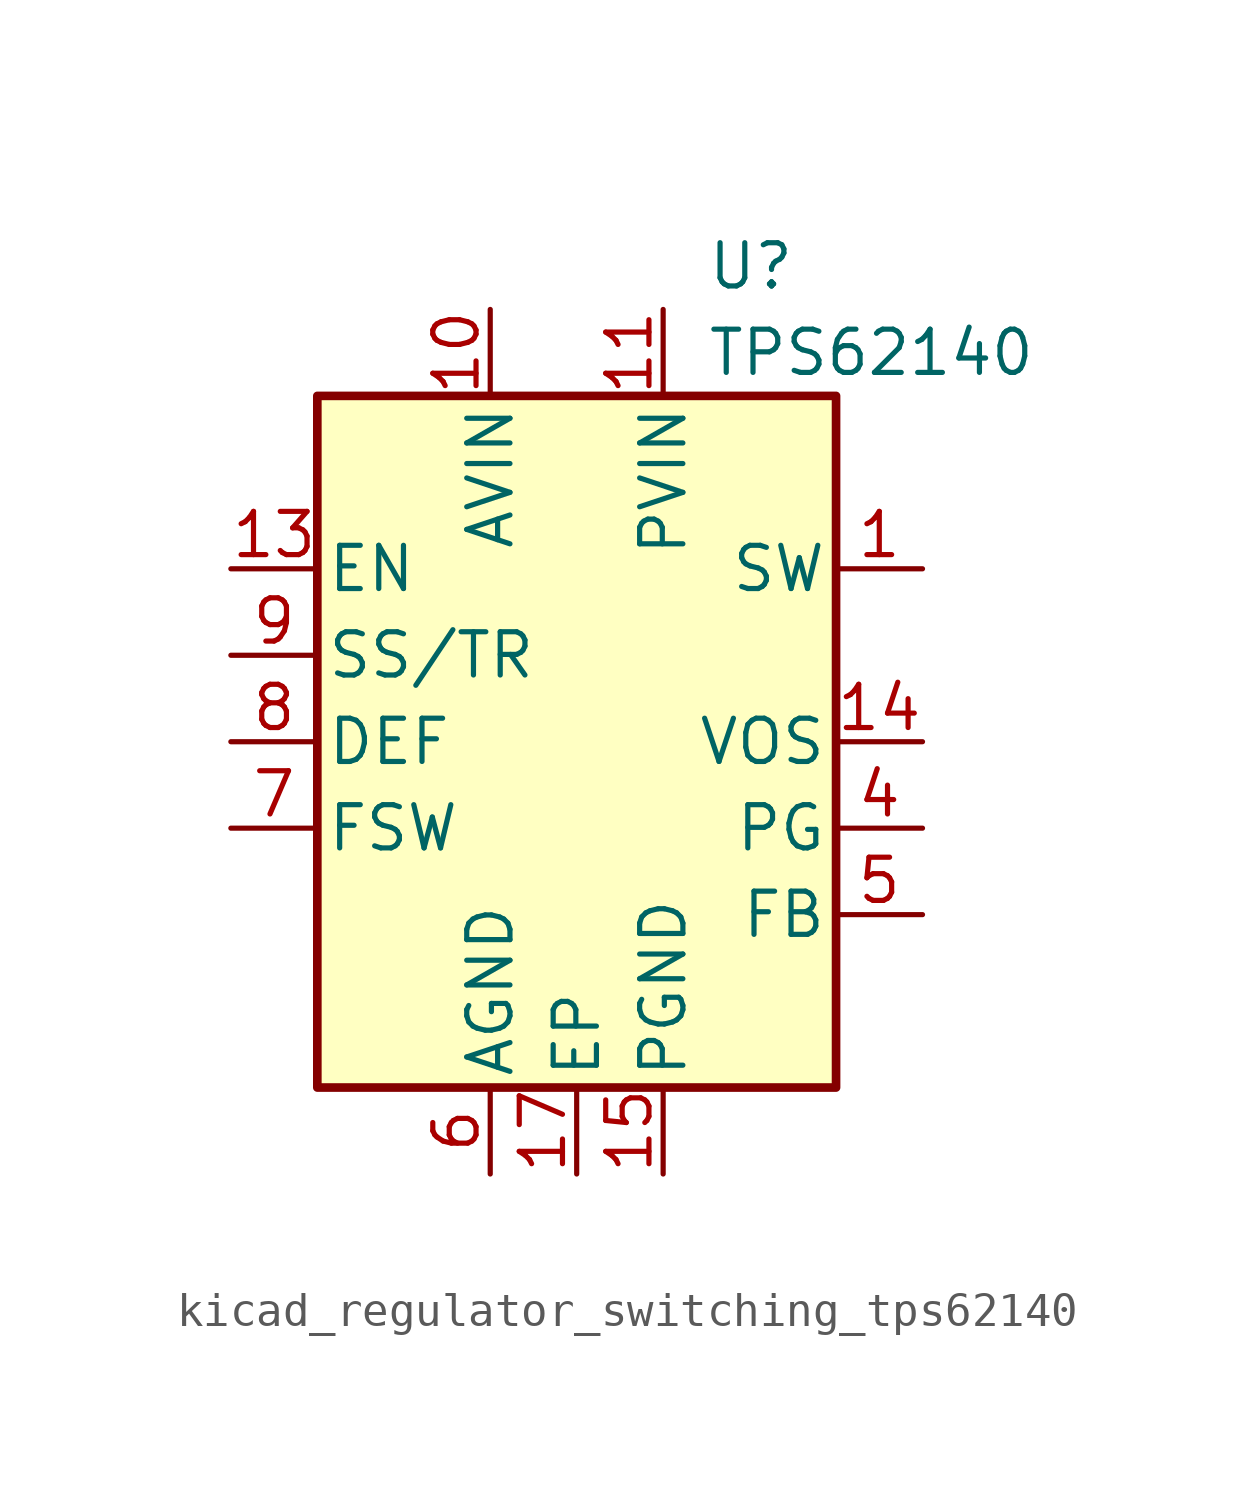
<source format=kicad_sym>
(kicad_symbol_lib
  (version 20220914)
  (generator kicad_symbol_editor)
  (symbol "kicad_regulator_switching_tps62140"
    (pin_names
      (offset 0.254))
    (property "Reference" "U"
      (at 3.81 13.97 0)
      (effects (font (size 1.27 1.27)) (justify left)))
    (property "Value" "TPS62140"
      (at 3.81 11.43 0)
      (effects (font (size 1.27 1.27)) (justify left)))
    (symbol "kicad_regulator_switching_tps62140_0_1"
      (rectangle (start -7.62 10.16) (end 7.62 -10.16) (stroke (width 0.254) (type default)) (fill (type background))))
    (symbol "kicad_regulator_switching_tps62140_1_1"
      (pin output line (at 10.16 5.08 180) (length 2.54) (name "SW" (effects (font (size 1.27 1.27)))) (number "1" (effects (font (size 1.27 1.27)))))
      (pin power_in line (at -2.54 12.7 270) (length 2.54) (name "AVIN" (effects (font (size 1.27 1.27)))) (number "10" (effects (font (size 1.27 1.27)))))
      (pin power_in line (at 2.54 12.7 270) (length 2.54) (name "PVIN" (effects (font (size 1.27 1.27)))) (number "11" (effects (font (size 1.27 1.27)))))
      (pin passive line (at 2.54 12.7 270) (length 2.54) hide (name "PVIN" (effects (font (size 1.27 1.27)))) (number "12" (effects (font (size 1.27 1.27)))))
      (pin input line (at -10.16 5.08 0) (length 2.54) (name "EN" (effects (font (size 1.27 1.27)))) (number "13" (effects (font (size 1.27 1.27)))))
      (pin input line (at 10.16 0 180) (length 2.54) (name "VOS" (effects (font (size 1.27 1.27)))) (number "14" (effects (font (size 1.27 1.27)))))
      (pin power_in line (at 2.54 -12.7 90) (length 2.54) (name "PGND" (effects (font (size 1.27 1.27)))) (number "15" (effects (font (size 1.27 1.27)))))
      (pin passive line (at 2.54 -12.7 90) (length 2.54) hide (name "PGND" (effects (font (size 1.27 1.27)))) (number "16" (effects (font (size 1.27 1.27)))))
      (pin power_in line (at 0 -12.7 90) (length 2.54) (name "EP" (effects (font (size 1.27 1.27)))) (number "17" (effects (font (size 1.27 1.27)))))
      (pin passive line (at 10.16 5.08 180) (length 2.54) hide (name "SW" (effects (font (size 1.27 1.27)))) (number "2" (effects (font (size 1.27 1.27)))))
      (pin passive line (at 10.16 5.08 180) (length 2.54) hide (name "SW" (effects (font (size 1.27 1.27)))) (number "3" (effects (font (size 1.27 1.27)))))
      (pin open_collector line (at 10.16 -2.54 180) (length 2.54) (name "PG" (effects (font (size 1.27 1.27)))) (number "4" (effects (font (size 1.27 1.27)))))
      (pin input line (at 10.16 -5.08 180) (length 2.54) (name "FB" (effects (font (size 1.27 1.27)))) (number "5" (effects (font (size 1.27 1.27)))))
      (pin power_in line (at -2.54 -12.7 90) (length 2.54) (name "AGND" (effects (font (size 1.27 1.27)))) (number "6" (effects (font (size 1.27 1.27)))))
      (pin input line (at -10.16 -2.54 0) (length 2.54) (name "FSW" (effects (font (size 1.27 1.27)))) (number "7" (effects (font (size 1.27 1.27)))))
      (pin input line (at -10.16 0 0) (length 2.54) (name "DEF" (effects (font (size 1.27 1.27)))) (number "8" (effects (font (size 1.27 1.27)))))
      (pin input line (at -10.16 2.54 0) (length 2.54) (name "SS/TR" (effects (font (size 1.27 1.27)))) (number "9" (effects (font (size 1.27 1.27))))))))
</source>
